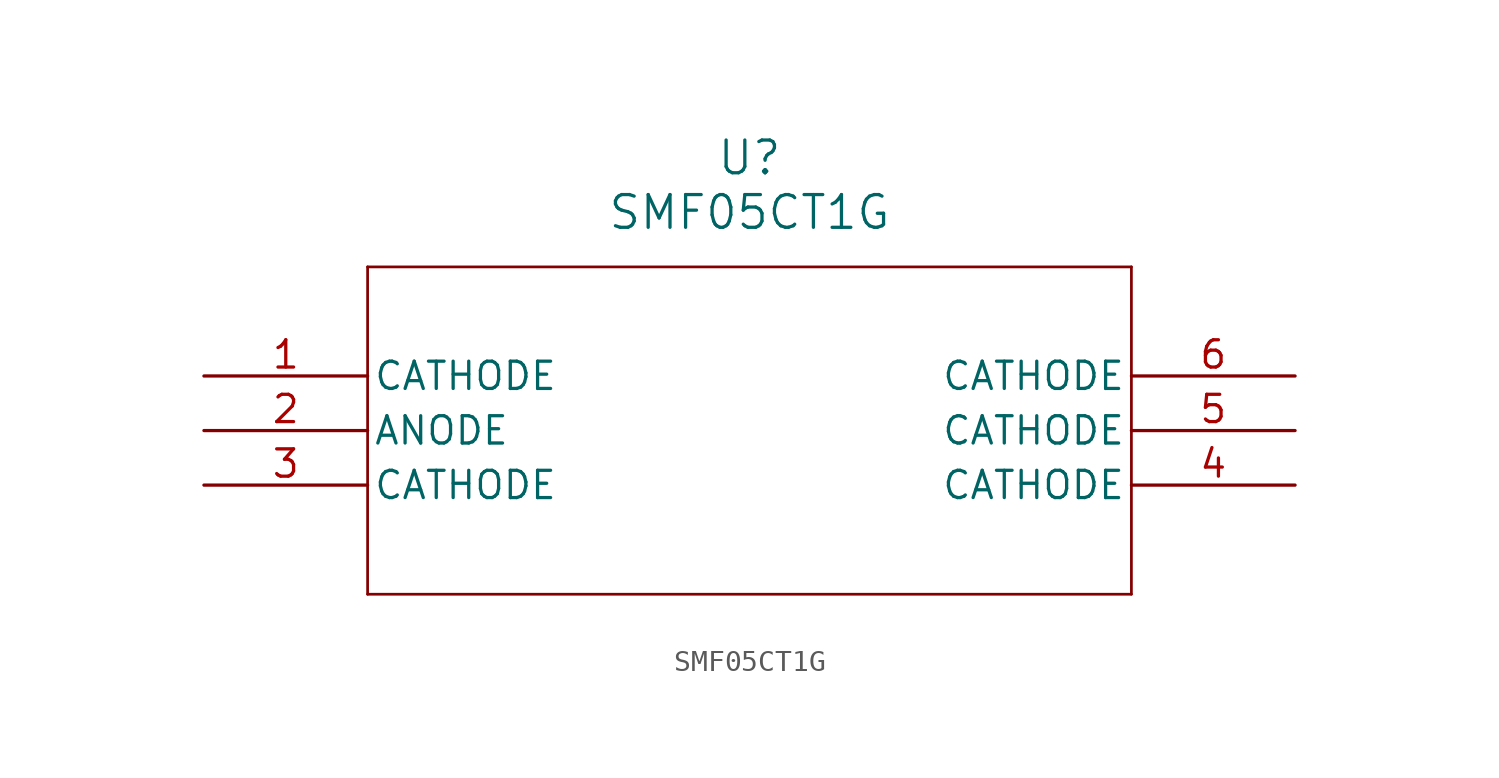
<source format=kicad_sym>
(kicad_symbol_lib
  (version 20211014)
  (generator kicad_symbol_editor)
  (symbol "SMF05CT1G"
    (pin_names
      (offset 0.254))
    (property "Reference" "U"
      (at 25.4 10.16 0)
      (effects (font (size 1.524 1.524))))
    (property "Value" "SMF05CT1G"
      (at 25.4 7.62 0)
      (effects (font (size 1.524 1.524))))
    (symbol "SMF05CT1G_0_1"
      (polyline (pts (xy 7.62 5.08) (xy 7.62 -10.16)) (stroke (width 0.127) (type default) (color 0 0 0 0)) (fill (type none)))
      (polyline (pts (xy 7.62 -10.16) (xy 43.18 -10.16)) (stroke (width 0.127) (type default) (color 0 0 0 0)) (fill (type none)))
      (polyline (pts (xy 43.18 -10.16) (xy 43.18 5.08)) (stroke (width 0.127) (type default) (color 0 0 0 0)) (fill (type none)))
      (polyline (pts (xy 43.18 5.08) (xy 7.62 5.08)) (stroke (width 0.127) (type default) (color 0 0 0 0)) (fill (type none)))
      (pin unspecified line (at 0 0 0) (length 7.62) (name "CATHODE" (effects (font (size 1.27 1.27)))) (number "1" (effects (font (size 1.27 1.27)))))
      (pin unspecified line (at 0 -2.54 0) (length 7.62) (name "ANODE" (effects (font (size 1.27 1.27)))) (number "2" (effects (font (size 1.27 1.27)))))
      (pin unspecified line (at 0 -5.08 0) (length 7.62) (name "CATHODE" (effects (font (size 1.27 1.27)))) (number "3" (effects (font (size 1.27 1.27)))))
      (pin unspecified line (at 50.8 -5.08 180) (length 7.62) (name "CATHODE" (effects (font (size 1.27 1.27)))) (number "4" (effects (font (size 1.27 1.27)))))
      (pin unspecified line (at 50.8 -2.54 180) (length 7.62) (name "CATHODE" (effects (font (size 1.27 1.27)))) (number "5" (effects (font (size 1.27 1.27)))))
      (pin unspecified line (at 50.8 0 180) (length 7.62) (name "CATHODE" (effects (font (size 1.27 1.27)))) (number "6" (effects (font (size 1.27 1.27))))))))
</source>
